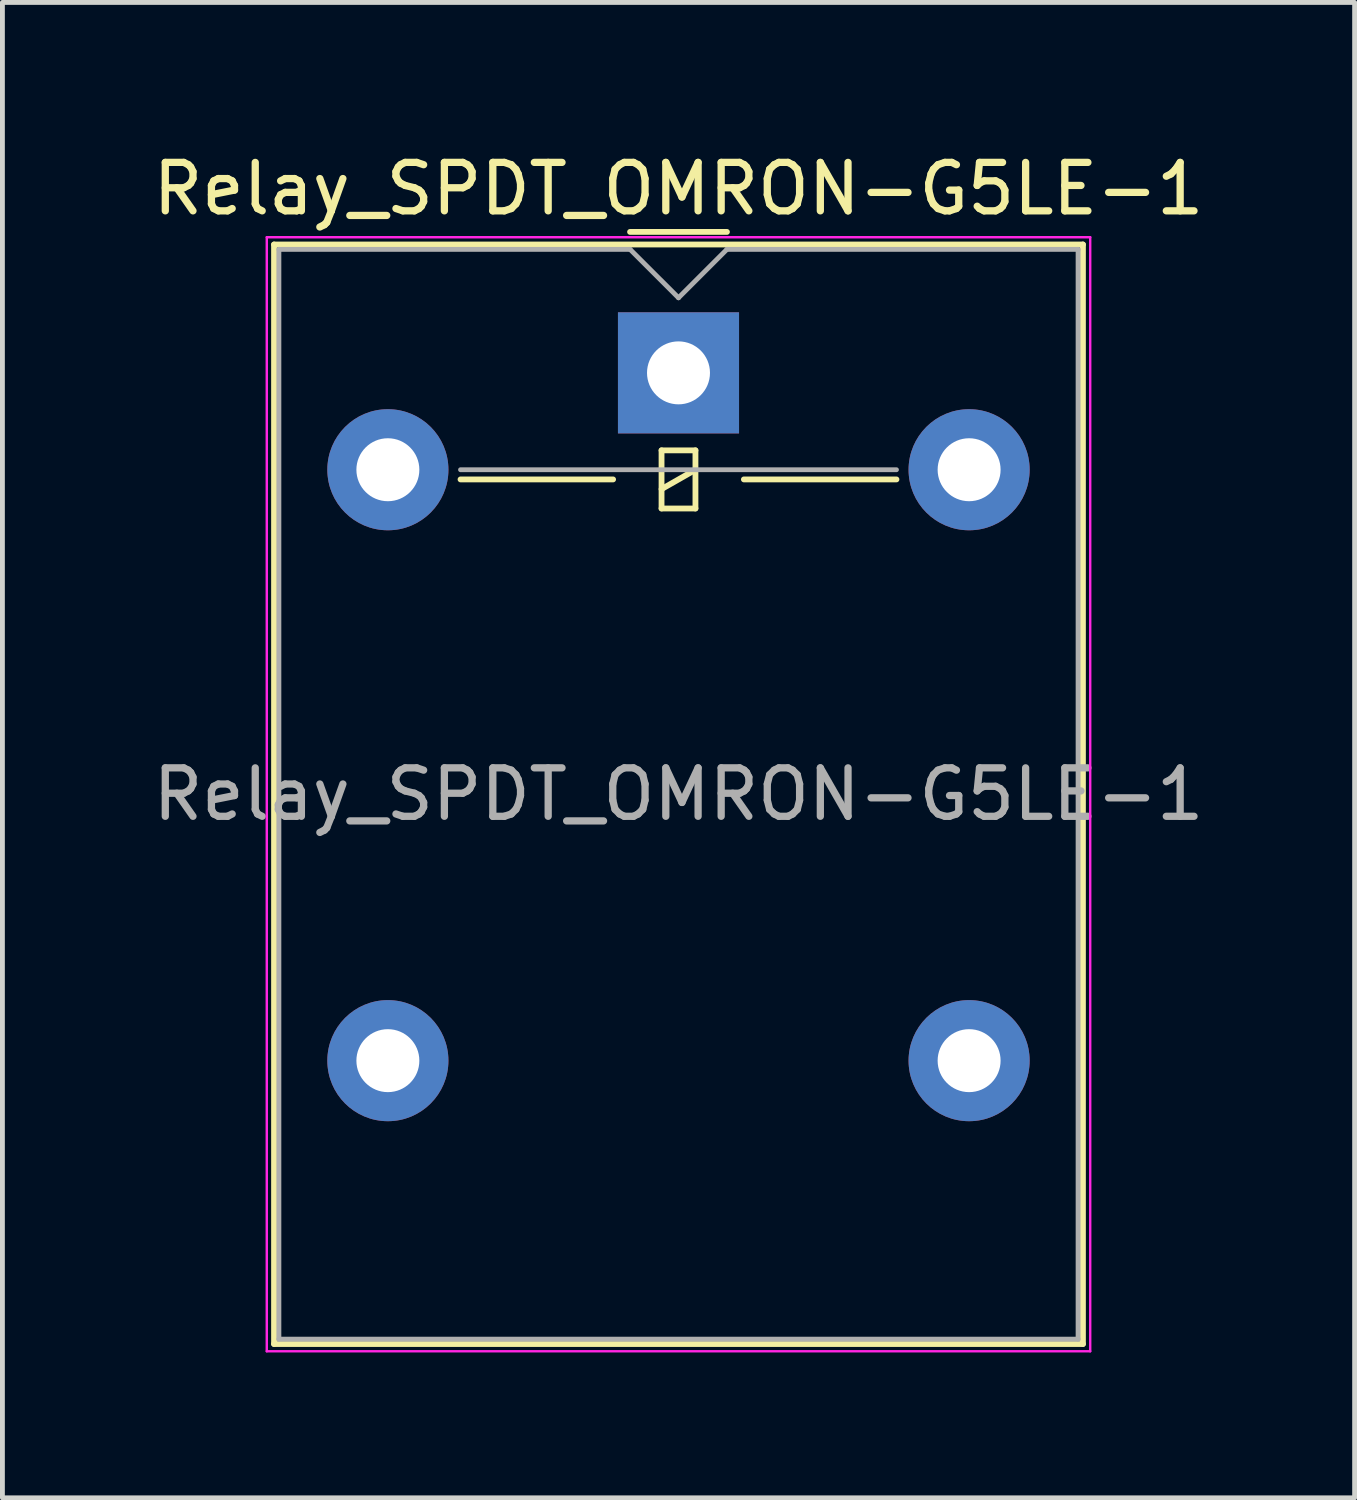
<source format=kicad_pcb>
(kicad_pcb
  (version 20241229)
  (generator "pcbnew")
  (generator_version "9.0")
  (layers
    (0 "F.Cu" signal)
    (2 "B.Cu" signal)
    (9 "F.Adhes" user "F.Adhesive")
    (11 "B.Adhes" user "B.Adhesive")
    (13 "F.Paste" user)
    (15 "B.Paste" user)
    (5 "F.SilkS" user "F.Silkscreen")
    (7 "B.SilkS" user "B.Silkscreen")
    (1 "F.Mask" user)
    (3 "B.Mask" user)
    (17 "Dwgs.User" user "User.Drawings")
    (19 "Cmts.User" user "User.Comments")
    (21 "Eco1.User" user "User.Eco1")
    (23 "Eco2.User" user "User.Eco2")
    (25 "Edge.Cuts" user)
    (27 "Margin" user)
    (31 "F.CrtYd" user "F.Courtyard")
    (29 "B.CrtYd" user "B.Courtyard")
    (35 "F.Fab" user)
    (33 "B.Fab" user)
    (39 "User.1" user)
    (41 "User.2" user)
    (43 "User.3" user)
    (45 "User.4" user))
  (footprint "Relay_SPDT_OMRON-G5LE-1"
    (layer "F.Cu")
    (at 10.958 4.648)
    (property "Reference" "Relay_SPDT_OMRON-G5LE-1" (at 0 -3.8 0) (layer "F.SilkS") (effects (font (size 1 1) (thickness 0.15))))
    (attr through_hole)
    (fp_line (start -8.35 -2.65) (end -8.35 20.05) (stroke (width 0.12) (type solid)) (layer "F.SilkS"))
    (fp_line (start -8.35 20.05) (end 8.35 20.05) (stroke (width 0.12) (type solid)) (layer "F.SilkS"))
    (fp_line (start -4.5 2.2) (end -1.35 2.2) (stroke (width 0.12) (type solid)) (layer "F.SilkS"))
    (fp_line (start -1 -2.91) (end 1 -2.91) (stroke (width 0.12) (type solid)) (layer "F.SilkS"))
    (fp_line (start -0.35 1.6) (end -0.35 2.8) (stroke (width 0.12) (type solid)) (layer "F.SilkS"))
    (fp_line (start -0.35 2.4) (end 0.35 2) (stroke (width 0.12) (type solid)) (layer "F.SilkS"))
    (fp_line (start -0.35 2.8) (end 0.35 2.8) (stroke (width 0.12) (type solid)) (layer "F.SilkS"))
    (fp_line (start 0.35 1.6) (end -0.35 1.6) (stroke (width 0.12) (type solid)) (layer "F.SilkS"))
    (fp_line (start 0.35 2.8) (end 0.35 1.6) (stroke (width 0.12) (type solid)) (layer "F.SilkS"))
    (fp_line (start 1.35 2.2) (end 4.5 2.2) (stroke (width 0.12) (type solid)) (layer "F.SilkS"))
    (fp_line (start 8.35 -2.65) (end -8.35 -2.65) (stroke (width 0.12) (type solid)) (layer "F.SilkS"))
    (fp_line (start 8.35 20.05) (end 8.35 -2.65) (stroke (width 0.12) (type solid)) (layer "F.SilkS"))
    (fp_line (start -8.5 -2.8) (end -8.5 20.2) (stroke (width 0.05) (type solid)) (layer "F.CrtYd"))
    (fp_line (start -8.5 20.2) (end 8.5 20.2) (stroke (width 0.05) (type solid)) (layer "F.CrtYd"))
    (fp_line (start 8.5 -2.8) (end -8.5 -2.8) (stroke (width 0.05) (type solid)) (layer "F.CrtYd"))
    (fp_line (start 8.5 20.2) (end 8.5 -2.8) (stroke (width 0.05) (type solid)) (layer "F.CrtYd"))
    (fp_line (start -8.25 -2.55) (end -1 -2.55) (stroke (width 0.1) (type solid)) (layer "F.Fab"))
    (fp_line (start -8.25 19.95) (end -8.25 -2.55) (stroke (width 0.1) (type solid)) (layer "F.Fab"))
    (fp_line (start -4.5 2) (end 4.5 2) (stroke (width 0.1) (type solid)) (layer "F.Fab"))
    (fp_line (start -1 -2.55) (end 0 -1.55) (stroke (width 0.1) (type solid)) (layer "F.Fab"))
    (fp_line (start 0 -1.55) (end 1 -2.55) (stroke (width 0.1) (type solid)) (layer "F.Fab"))
    (fp_line (start 1 -2.55) (end 8.25 -2.55) (stroke (width 0.1) (type solid)) (layer "F.Fab"))
    (fp_line (start 8.25 -2.55) (end 8.25 19.95) (stroke (width 0.1) (type solid)) (layer "F.Fab"))
    (fp_line (start 8.25 19.95) (end -8.25 19.95) (stroke (width 0.1) (type solid)) (layer "F.Fab"))
    (fp_text user "${REFERENCE}" (at 0 8.7 0) (layer "F.Fab") (effects (font (size 1 1) (thickness 0.15))))
    (pad "1" thru_hole oval (at -6 2) (size 2.5 2.5) (drill 1.3) (layers "*.Cu" "*.Mask"))
    (pad "2" thru_hole rect (at 0 0) (size 2.5 2.5) (drill 1.3) (layers "*.Cu" "*.Mask"))
    (pad "3" thru_hole oval (at -6 14.2) (size 2.5 2.5) (drill 1.3) (layers "*.Cu" "*.Mask"))
    (pad "4" thru_hole oval (at 6 14.2) (size 2.5 2.5) (drill 1.3) (layers "*.Cu" "*.Mask"))
    (pad "5" thru_hole oval (at 6 2) (size 2.5 2.5) (drill 1.3) (layers "*.Cu" "*.Mask")))
  (gr_rect
    (start -3 -3)
    (end 24.917 27.873)
    (stroke (width 0.1) (type default))
    (fill no)
    (layer "Edge.Cuts")))
</source>
